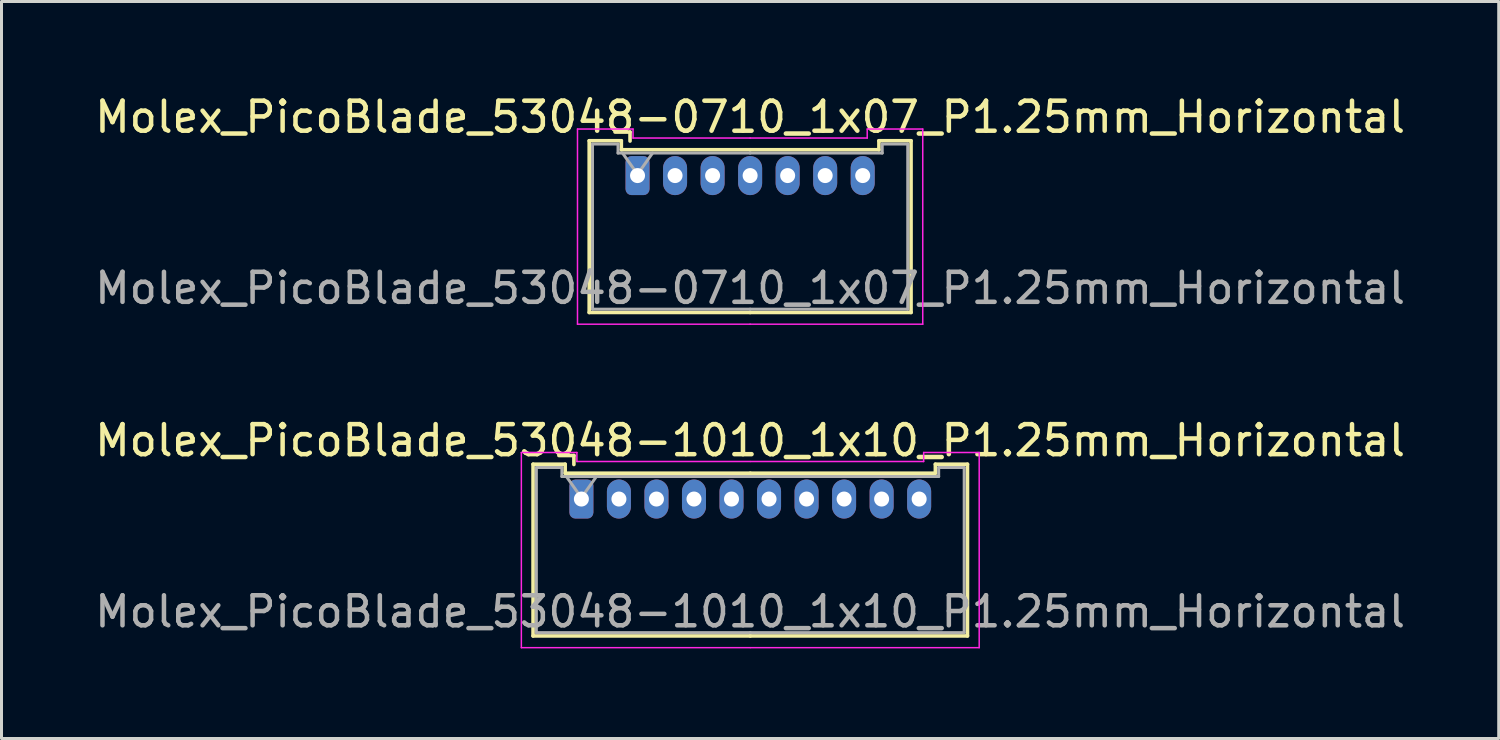
<source format=kicad_pcb>
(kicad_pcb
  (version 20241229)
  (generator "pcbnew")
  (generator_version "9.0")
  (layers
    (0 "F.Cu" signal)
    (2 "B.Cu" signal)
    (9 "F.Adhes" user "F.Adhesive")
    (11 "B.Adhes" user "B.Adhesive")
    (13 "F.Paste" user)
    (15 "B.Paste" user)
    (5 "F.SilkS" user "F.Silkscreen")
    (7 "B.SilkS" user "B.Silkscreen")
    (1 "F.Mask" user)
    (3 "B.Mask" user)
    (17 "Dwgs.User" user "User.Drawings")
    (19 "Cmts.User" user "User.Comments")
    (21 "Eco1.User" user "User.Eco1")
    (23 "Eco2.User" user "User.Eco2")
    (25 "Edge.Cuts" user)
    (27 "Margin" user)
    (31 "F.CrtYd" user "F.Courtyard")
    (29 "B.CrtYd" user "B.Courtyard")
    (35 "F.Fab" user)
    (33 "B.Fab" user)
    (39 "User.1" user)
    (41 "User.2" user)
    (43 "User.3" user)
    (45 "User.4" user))
  (footprint "Molex_PicoBlade_53048-1010_1x10_P1.25mm_Horizontal"
    (layer "F.Cu")
    (at 16.315 13.572)
    (property "Reference" "Molex_PicoBlade_53048-1010_1x10_P1.25mm_Horizontal" (at 5.62 -1.95 0) (layer "F.SilkS") (effects (font (size 1 1) (thickness 0.15))))
    (attr through_hole)
    (fp_line (start -1.61 -1.16) (end -1.61 4.56) (stroke (width 0.12) (type solid)) (layer "F.SilkS"))
    (fp_line (start -1.61 4.56) (end 5.625 4.56) (stroke (width 0.12) (type solid)) (layer "F.SilkS"))
    (fp_line (start -0.54 -1.16) (end -1.61 -1.16) (stroke (width 0.12) (type solid)) (layer "F.SilkS"))
    (fp_line (start -0.54 -0.86) (end -0.54 -1.16) (stroke (width 0.12) (type solid)) (layer "F.SilkS"))
    (fp_line (start -0.25 -1.45) (end -0.75 -1.45) (stroke (width 0.12) (type solid)) (layer "F.SilkS"))
    (fp_line (start -0.25 -1.15) (end -0.25 -1.45) (stroke (width 0.12) (type solid)) (layer "F.SilkS"))
    (fp_line (start 5.625 -0.86) (end -0.54 -0.86) (stroke (width 0.12) (type solid)) (layer "F.SilkS"))
    (fp_line (start 5.625 -0.86) (end 11.79 -0.86) (stroke (width 0.12) (type solid)) (layer "F.SilkS"))
    (fp_line (start 11.79 -1.16) (end 12.86 -1.16) (stroke (width 0.12) (type solid)) (layer "F.SilkS"))
    (fp_line (start 11.79 -0.86) (end 11.79 -1.16) (stroke (width 0.12) (type solid)) (layer "F.SilkS"))
    (fp_line (start 12.86 -1.16) (end 12.86 4.56) (stroke (width 0.12) (type solid)) (layer "F.SilkS"))
    (fp_line (start 12.86 4.56) (end 5.625 4.56) (stroke (width 0.12) (type solid)) (layer "F.SilkS"))
    (fp_line (start -2 -1.55) (end -2 4.95) (stroke (width 0.05) (type solid)) (layer "F.CrtYd"))
    (fp_line (start -2 4.95) (end 5.62 4.95) (stroke (width 0.05) (type solid)) (layer "F.CrtYd"))
    (fp_line (start -0.15 -1.55) (end -2 -1.55) (stroke (width 0.05) (type solid)) (layer "F.CrtYd"))
    (fp_line (start -0.15 -1.25) (end -0.15 -1.55) (stroke (width 0.05) (type solid)) (layer "F.CrtYd"))
    (fp_line (start 5.62 -1.25) (end -0.15 -1.25) (stroke (width 0.05) (type solid)) (layer "F.CrtYd"))
    (fp_line (start 5.63 -1.25) (end 11.4 -1.25) (stroke (width 0.05) (type solid)) (layer "F.CrtYd"))
    (fp_line (start 11.4 -1.55) (end 13.25 -1.55) (stroke (width 0.05) (type solid)) (layer "F.CrtYd"))
    (fp_line (start 11.4 -1.25) (end 11.4 -1.55) (stroke (width 0.05) (type solid)) (layer "F.CrtYd"))
    (fp_line (start 13.25 -1.55) (end 13.25 4.95) (stroke (width 0.05) (type solid)) (layer "F.CrtYd"))
    (fp_line (start 13.25 4.95) (end 5.63 4.95) (stroke (width 0.05) (type solid)) (layer "F.CrtYd"))
    (fp_line (start -1.5 -1.05) (end -1.5 4.45) (stroke (width 0.1) (type solid)) (layer "F.Fab"))
    (fp_line (start -1.5 4.45) (end 5.625 4.45) (stroke (width 0.1) (type solid)) (layer "F.Fab"))
    (fp_line (start -0.65 -1.05) (end -1.5 -1.05) (stroke (width 0.1) (type solid)) (layer "F.Fab"))
    (fp_line (start -0.65 -0.75) (end -0.65 -1.05) (stroke (width 0.1) (type solid)) (layer "F.Fab"))
    (fp_line (start -0.5 -0.75) (end 0 -0.043) (stroke (width 0.1) (type solid)) (layer "F.Fab"))
    (fp_line (start 0 -0.043) (end 0.5 -0.75) (stroke (width 0.1) (type solid)) (layer "F.Fab"))
    (fp_line (start 5.625 -0.75) (end -0.65 -0.75) (stroke (width 0.1) (type solid)) (layer "F.Fab"))
    (fp_line (start 5.625 -0.75) (end 11.9 -0.75) (stroke (width 0.1) (type solid)) (layer "F.Fab"))
    (fp_line (start 11.9 -1.05) (end 12.75 -1.05) (stroke (width 0.1) (type solid)) (layer "F.Fab"))
    (fp_line (start 11.9 -0.75) (end 11.9 -1.05) (stroke (width 0.1) (type solid)) (layer "F.Fab"))
    (fp_line (start 12.75 -1.05) (end 12.75 4.45) (stroke (width 0.1) (type solid)) (layer "F.Fab"))
    (fp_line (start 12.75 4.45) (end 5.625 4.45) (stroke (width 0.1) (type solid)) (layer "F.Fab"))
    (fp_text user "${REFERENCE}" (at 5.62 3.75 0) (layer "F.Fab") (effects (font (size 1 1) (thickness 0.15))))
    (pad "1" thru_hole roundrect (at 0 0) (size 0.8 1.3) (drill 0.5) (layers "*.Cu" "*.Mask") (roundrect_rratio 0.25))
    (pad "2" thru_hole oval (at 1.25 0) (size 0.8 1.3) (drill 0.5) (layers "*.Cu" "*.Mask"))
    (pad "3" thru_hole oval (at 2.5 0) (size 0.8 1.3) (drill 0.5) (layers "*.Cu" "*.Mask"))
    (pad "4" thru_hole oval (at 3.75 0) (size 0.8 1.3) (drill 0.5) (layers "*.Cu" "*.Mask"))
    (pad "5" thru_hole oval (at 5 0) (size 0.8 1.3) (drill 0.5) (layers "*.Cu" "*.Mask"))
    (pad "6" thru_hole oval (at 6.25 0) (size 0.8 1.3) (drill 0.5) (layers "*.Cu" "*.Mask"))
    (pad "7" thru_hole oval (at 7.5 0) (size 0.8 1.3) (drill 0.5) (layers "*.Cu" "*.Mask"))
    (pad "8" thru_hole oval (at 8.75 0) (size 0.8 1.3) (drill 0.5) (layers "*.Cu" "*.Mask"))
    (pad "9" thru_hole oval (at 10 0) (size 0.8 1.3) (drill 0.5) (layers "*.Cu" "*.Mask"))
    (pad "10" thru_hole oval (at 11.25 0) (size 0.8 1.3) (drill 0.5) (layers "*.Cu" "*.Mask")))
  (footprint "Molex_PicoBlade_53048-0710_1x07_P1.25mm_Horizontal"
    (layer "F.Cu")
    (at 18.185 2.798)
    (property "Reference" "Molex_PicoBlade_53048-0710_1x07_P1.25mm_Horizontal" (at 3.75 -1.95 0) (layer "F.SilkS") (effects (font (size 1 1) (thickness 0.15))))
    (attr through_hole)
    (fp_line (start -1.61 -1.16) (end -1.61 4.56) (stroke (width 0.12) (type solid)) (layer "F.SilkS"))
    (fp_line (start -1.61 4.56) (end 3.75 4.56) (stroke (width 0.12) (type solid)) (layer "F.SilkS"))
    (fp_line (start -0.54 -1.16) (end -1.61 -1.16) (stroke (width 0.12) (type solid)) (layer "F.SilkS"))
    (fp_line (start -0.54 -0.86) (end -0.54 -1.16) (stroke (width 0.12) (type solid)) (layer "F.SilkS"))
    (fp_line (start -0.25 -1.45) (end -0.75 -1.45) (stroke (width 0.12) (type solid)) (layer "F.SilkS"))
    (fp_line (start -0.25 -1.15) (end -0.25 -1.45) (stroke (width 0.12) (type solid)) (layer "F.SilkS"))
    (fp_line (start 3.75 -0.86) (end -0.54 -0.86) (stroke (width 0.12) (type solid)) (layer "F.SilkS"))
    (fp_line (start 3.75 -0.86) (end 8.04 -0.86) (stroke (width 0.12) (type solid)) (layer "F.SilkS"))
    (fp_line (start 8.04 -1.16) (end 9.11 -1.16) (stroke (width 0.12) (type solid)) (layer "F.SilkS"))
    (fp_line (start 8.04 -0.86) (end 8.04 -1.16) (stroke (width 0.12) (type solid)) (layer "F.SilkS"))
    (fp_line (start 9.11 -1.16) (end 9.11 4.56) (stroke (width 0.12) (type solid)) (layer "F.SilkS"))
    (fp_line (start 9.11 4.56) (end 3.75 4.56) (stroke (width 0.12) (type solid)) (layer "F.SilkS"))
    (fp_line (start -2 -1.55) (end -2 4.95) (stroke (width 0.05) (type solid)) (layer "F.CrtYd"))
    (fp_line (start -2 4.95) (end 3.75 4.95) (stroke (width 0.05) (type solid)) (layer "F.CrtYd"))
    (fp_line (start -0.15 -1.55) (end -2 -1.55) (stroke (width 0.05) (type solid)) (layer "F.CrtYd"))
    (fp_line (start -0.15 -1.25) (end -0.15 -1.55) (stroke (width 0.05) (type solid)) (layer "F.CrtYd"))
    (fp_line (start 3.75 -1.25) (end -0.15 -1.25) (stroke (width 0.05) (type solid)) (layer "F.CrtYd"))
    (fp_line (start 3.75 -1.25) (end 7.65 -1.25) (stroke (width 0.05) (type solid)) (layer "F.CrtYd"))
    (fp_line (start 7.65 -1.55) (end 9.5 -1.55) (stroke (width 0.05) (type solid)) (layer "F.CrtYd"))
    (fp_line (start 7.65 -1.25) (end 7.65 -1.55) (stroke (width 0.05) (type solid)) (layer "F.CrtYd"))
    (fp_line (start 9.5 -1.55) (end 9.5 4.95) (stroke (width 0.05) (type solid)) (layer "F.CrtYd"))
    (fp_line (start 9.5 4.95) (end 3.75 4.95) (stroke (width 0.05) (type solid)) (layer "F.CrtYd"))
    (fp_line (start -1.5 -1.05) (end -1.5 4.45) (stroke (width 0.1) (type solid)) (layer "F.Fab"))
    (fp_line (start -1.5 4.45) (end 3.75 4.45) (stroke (width 0.1) (type solid)) (layer "F.Fab"))
    (fp_line (start -0.65 -1.05) (end -1.5 -1.05) (stroke (width 0.1) (type solid)) (layer "F.Fab"))
    (fp_line (start -0.65 -0.75) (end -0.65 -1.05) (stroke (width 0.1) (type solid)) (layer "F.Fab"))
    (fp_line (start -0.5 -0.75) (end 0 -0.043) (stroke (width 0.1) (type solid)) (layer "F.Fab"))
    (fp_line (start 0 -0.043) (end 0.5 -0.75) (stroke (width 0.1) (type solid)) (layer "F.Fab"))
    (fp_line (start 3.75 -0.75) (end -0.65 -0.75) (stroke (width 0.1) (type solid)) (layer "F.Fab"))
    (fp_line (start 3.75 -0.75) (end 8.15 -0.75) (stroke (width 0.1) (type solid)) (layer "F.Fab"))
    (fp_line (start 8.15 -1.05) (end 9 -1.05) (stroke (width 0.1) (type solid)) (layer "F.Fab"))
    (fp_line (start 8.15 -0.75) (end 8.15 -1.05) (stroke (width 0.1) (type solid)) (layer "F.Fab"))
    (fp_line (start 9 -1.05) (end 9 4.45) (stroke (width 0.1) (type solid)) (layer "F.Fab"))
    (fp_line (start 9 4.45) (end 3.75 4.45) (stroke (width 0.1) (type solid)) (layer "F.Fab"))
    (fp_text user "${REFERENCE}" (at 3.75 3.75 0) (layer "F.Fab") (effects (font (size 1 1) (thickness 0.15))))
    (pad "1" thru_hole roundrect (at 0 0) (size 0.8 1.3) (drill 0.5) (layers "*.Cu" "*.Mask") (roundrect_rratio 0.25))
    (pad "2" thru_hole oval (at 1.25 0) (size 0.8 1.3) (drill 0.5) (layers "*.Cu" "*.Mask"))
    (pad "3" thru_hole oval (at 2.5 0) (size 0.8 1.3) (drill 0.5) (layers "*.Cu" "*.Mask"))
    (pad "4" thru_hole oval (at 3.75 0) (size 0.8 1.3) (drill 0.5) (layers "*.Cu" "*.Mask"))
    (pad "5" thru_hole oval (at 5 0) (size 0.8 1.3) (drill 0.5) (layers "*.Cu" "*.Mask"))
    (pad "6" thru_hole oval (at 6.25 0) (size 0.8 1.3) (drill 0.5) (layers "*.Cu" "*.Mask"))
    (pad "7" thru_hole oval (at 7.5 0) (size 0.8 1.3) (drill 0.5) (layers "*.Cu" "*.Mask")))
  (gr_rect
    (start -3 -3)
    (end 46.869 21.547)
    (stroke (width 0.1) (type default))
    (fill no)
    (layer "Edge.Cuts")))
</source>
